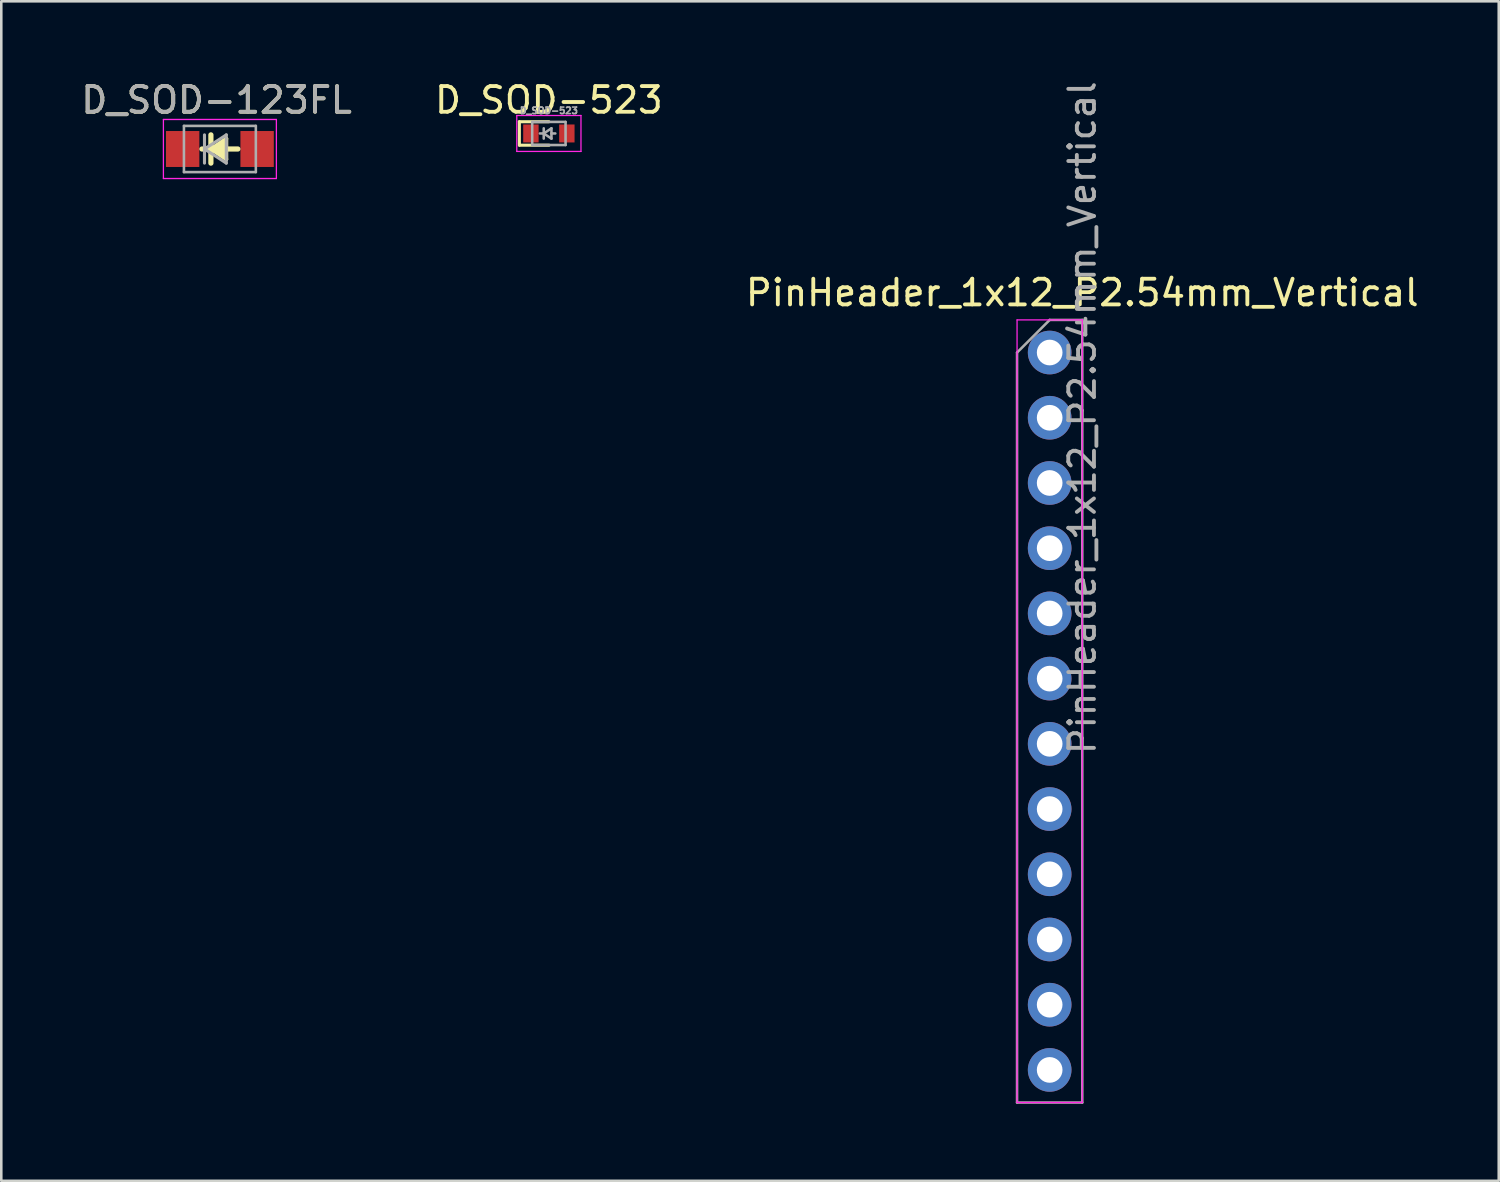
<source format=kicad_pcb>
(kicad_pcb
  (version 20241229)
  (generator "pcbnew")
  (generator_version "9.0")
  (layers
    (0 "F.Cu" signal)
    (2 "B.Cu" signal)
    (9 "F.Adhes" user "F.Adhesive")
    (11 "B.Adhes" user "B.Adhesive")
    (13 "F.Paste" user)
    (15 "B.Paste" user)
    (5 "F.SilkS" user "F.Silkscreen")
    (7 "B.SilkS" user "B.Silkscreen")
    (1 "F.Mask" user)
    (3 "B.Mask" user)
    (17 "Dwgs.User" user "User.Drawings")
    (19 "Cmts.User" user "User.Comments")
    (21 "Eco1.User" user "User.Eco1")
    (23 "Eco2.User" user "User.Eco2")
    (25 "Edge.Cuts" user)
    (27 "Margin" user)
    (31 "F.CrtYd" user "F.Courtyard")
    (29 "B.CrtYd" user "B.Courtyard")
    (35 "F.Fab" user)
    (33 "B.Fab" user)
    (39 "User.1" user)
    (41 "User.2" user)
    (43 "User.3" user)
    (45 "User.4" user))
  (footprint "D_SOD-523"
    (layer "F.Cu")
    (at 18.327 2.148)
    (property "Reference" "D_SOD-523" (at 0 -1.3 0) (layer "F.SilkS") (effects (font (size 1 1) (thickness 0.15))))
    (attr smd)
    (fp_line (start -1.15 -0.457) (end -1.15 0.457) (stroke (width 0.12) (type solid)) (layer "F.SilkS"))
    (fp_line (start 0 -0.457) (end -1.15 -0.457) (stroke (width 0.12) (type solid)) (layer "F.SilkS"))
    (fp_line (start 0.007 0.457) (end -1.143 0.457) (stroke (width 0.12) (type solid)) (layer "F.SilkS"))
    (fp_line (start -1.25 -0.7) (end 1.25 -0.7) (stroke (width 0.05) (type solid)) (layer "F.CrtYd"))
    (fp_line (start -1.25 0.7) (end -1.25 -0.7) (stroke (width 0.05) (type solid)) (layer "F.CrtYd"))
    (fp_line (start 1.25 -0.7) (end 1.25 0.7) (stroke (width 0.05) (type solid)) (layer "F.CrtYd"))
    (fp_line (start 1.25 0.7) (end -1.25 0.7) (stroke (width 0.05) (type solid)) (layer "F.CrtYd"))
    (fp_line (start -0.65 -0.45) (end 0.65 -0.45) (stroke (width 0.1) (type solid)) (layer "F.Fab"))
    (fp_line (start -0.65 0.45) (end -0.65 -0.45) (stroke (width 0.1) (type solid)) (layer "F.Fab"))
    (fp_line (start -0.2 0) (end -0.35 0) (stroke (width 0.1) (type solid)) (layer "F.Fab"))
    (fp_line (start -0.2 0) (end 0.1 0.2) (stroke (width 0.1) (type solid)) (layer "F.Fab"))
    (fp_line (start -0.2 0.2) (end -0.2 -0.2) (stroke (width 0.1) (type solid)) (layer "F.Fab"))
    (fp_line (start 0.1 -0.2) (end -0.2 0) (stroke (width 0.1) (type solid)) (layer "F.Fab"))
    (fp_line (start 0.1 0) (end 0.25 0) (stroke (width 0.1) (type solid)) (layer "F.Fab"))
    (fp_line (start 0.1 0.2) (end 0.1 -0.2) (stroke (width 0.1) (type solid)) (layer "F.Fab"))
    (fp_line (start 0.65 -0.45) (end 0.65 0.45) (stroke (width 0.1) (type solid)) (layer "F.Fab"))
    (fp_line (start 0.65 0.45) (end -0.65 0.45) (stroke (width 0.1) (type solid)) (layer "F.Fab"))
    (fp_text user "${REFERENCE}" (at 0 -0.889 180) (layer "F.Fab") (effects (font (size 0.254 0.254) (thickness 0.064))))
    (pad "1" smd rect (at -0.7 0) (size 0.6 0.7) (layers "F.Cu" "F.Mask" "F.Paste"))
    (pad "2" smd rect (at 0.7 0) (size 0.6 0.7) (layers "F.Cu" "F.Mask" "F.Paste")))
  (footprint "PinHeader_1x12_P2.54mm_Vertical"
    (layer "F.Cu")
    (at 37.831 10.68)
    (property "Reference" "PinHeader_1x12_P2.54mm_Vertical" (at 1.27 -2.33 0) (layer "F.SilkS") (effects (font (size 1 1) (thickness 0.15))))
    (attr through_hole)
    (fp_line (start -1.27 -1.27) (end -1.27 29.21) (stroke (width 0.05) (type solid)) (layer "F.CrtYd"))
    (fp_line (start -1.27 29.21) (end 1.27 29.21) (stroke (width 0.05) (type solid)) (layer "F.CrtYd"))
    (fp_line (start 1.27 -1.27) (end -1.27 -1.27) (stroke (width 0.05) (type solid)) (layer "F.CrtYd"))
    (fp_line (start 1.27 29.21) (end 1.27 -1.27) (stroke (width 0.05) (type solid)) (layer "F.CrtYd"))
    (fp_line (start -1.27 0) (end 0 -1.27) (stroke (width 0.1) (type solid)) (layer "F.Fab"))
    (fp_line (start -1.27 29.21) (end -1.27 0) (stroke (width 0.1) (type solid)) (layer "F.Fab"))
    (fp_line (start 0 -1.27) (end 1.27 -1.27) (stroke (width 0.1) (type solid)) (layer "F.Fab"))
    (fp_line (start 1.27 -1.27) (end 1.27 29.21) (stroke (width 0.1) (type solid)) (layer "F.Fab"))
    (fp_line (start 1.27 29.21) (end -1.27 29.21) (stroke (width 0.1) (type solid)) (layer "F.Fab"))
    (fp_text user "${REFERENCE}" (at 1.27 2.54 90) (layer "F.Fab") (effects (font (size 1 1) (thickness 0.15))))
    (pad "1" thru_hole circle (at 0 0) (size 1.7 1.7) (drill 1) (layers "*.Cu" "*.Mask"))
    (pad "2" thru_hole oval (at 0 2.54) (size 1.7 1.7) (drill 1) (layers "*.Cu" "*.Mask"))
    (pad "3" thru_hole oval (at 0 5.08) (size 1.7 1.7) (drill 1) (layers "*.Cu" "*.Mask"))
    (pad "4" thru_hole circle (at 0 7.62) (size 1.7 1.7) (drill 1) (layers "*.Cu" "*.Mask"))
    (pad "5" thru_hole oval (at 0 10.16) (size 1.7 1.7) (drill 1) (layers "*.Cu" "*.Mask"))
    (pad "6" thru_hole oval (at 0 12.7) (size 1.7 1.7) (drill 1) (layers "*.Cu" "*.Mask"))
    (pad "7" thru_hole circle (at 0 15.24) (size 1.7 1.7) (drill 1) (layers "*.Cu" "*.Mask"))
    (pad "8" thru_hole oval (at 0 17.78) (size 1.7 1.7) (drill 1) (layers "*.Cu" "*.Mask"))
    (pad "9" thru_hole oval (at 0 20.32) (size 1.7 1.7) (drill 1) (layers "*.Cu" "*.Mask"))
    (pad "10" thru_hole circle (at 0 22.86) (size 1.7 1.7) (drill 1) (layers "*.Cu" "*.Mask"))
    (pad "11" thru_hole oval (at 0 25.4) (size 1.7 1.7) (drill 1) (layers "*.Cu" "*.Mask"))
    (pad "12" thru_hole oval (at 0 27.94) (size 1.7 1.7) (drill 1) (layers "*.Cu" "*.Mask")))
  (footprint "D_SOD-123FL"
    (layer "F.Cu")
    (at 5.514 2.753)
    (property "Reference" "D_SOD-123FL" (at -0.127 -1.905 0) (layer "F.SilkS") (effects (font (size 1 1) (thickness 0.15))))
    (attr smd)
    (fp_line (start -0.7 0) (end -0.35 0) (stroke (width 0.203) (type solid)) (layer "F.SilkS"))
    (fp_line (start -0.35 0) (end -0.35 -0.55) (stroke (width 0.203) (type solid)) (layer "F.SilkS"))
    (fp_line (start -0.35 0) (end -0.35 0.55) (stroke (width 0.203) (type solid)) (layer "F.SilkS"))
    (fp_line (start -0.35 0) (end 0.25 -0.4) (stroke (width 0.152) (type solid)) (layer "F.SilkS"))
    (fp_line (start -0.15 0) (end 0.7 0) (stroke (width 0.203) (type solid)) (layer "F.SilkS"))
    (fp_line (start -0.05 0.1) (end -0.05 -0.1) (stroke (width 0.254) (type solid)) (layer "F.SilkS"))
    (fp_line (start 0.15 0.25) (end 0.15 -0.25) (stroke (width 0.254) (type solid)) (layer "F.SilkS"))
    (fp_line (start 0.25 -0.4) (end 0.25 0.4) (stroke (width 0.152) (type solid)) (layer "F.SilkS"))
    (fp_line (start 0.25 0.4) (end -0.35 0) (stroke (width 0.152) (type solid)) (layer "F.SilkS"))
    (fp_line (start -2.2 -1.15) (end -2.2 1.15) (stroke (width 0.05) (type solid)) (layer "F.CrtYd"))
    (fp_line (start -2.2 -1.15) (end 2.2 -1.15) (stroke (width 0.05) (type solid)) (layer "F.CrtYd"))
    (fp_line (start 2.2 -1.15) (end 2.2 1.15) (stroke (width 0.05) (type solid)) (layer "F.CrtYd"))
    (fp_line (start 2.2 1.15) (end -2.2 1.15) (stroke (width 0.05) (type solid)) (layer "F.CrtYd"))
    (fp_line (start -1.4 -0.9) (end 1.4 -0.9) (stroke (width 0.1) (type solid)) (layer "F.Fab"))
    (fp_line (start -1.4 0.9) (end -1.4 -0.9) (stroke (width 0.1) (type solid)) (layer "F.Fab"))
    (fp_line (start -0.6 -0.55) (end -0.6 0.55) (stroke (width 0.12) (type solid)) (layer "F.Fab"))
    (fp_line (start -0.6 0) (end 0.25 0.55) (stroke (width 0.12) (type solid)) (layer "F.Fab"))
    (fp_line (start 0.25 -0.55) (end -0.6 0) (stroke (width 0.12) (type solid)) (layer "F.Fab"))
    (fp_line (start 0.25 0.55) (end 0.25 -0.55) (stroke (width 0.12) (type solid)) (layer "F.Fab"))
    (fp_line (start 1.4 -0.9) (end 1.4 0.9) (stroke (width 0.1) (type solid)) (layer "F.Fab"))
    (fp_line (start 1.4 0.9) (end -1.4 0.9) (stroke (width 0.1) (type solid)) (layer "F.Fab"))
    (fp_text user "${REFERENCE}" (at -0.127 -1.905 0) (layer "F.Fab") (effects (font (size 1 1) (thickness 0.15))))
    (pad "1" smd rect (at -1.45 0) (size 1.3 1.4) (layers "F.Cu" "F.Mask" "F.Paste"))
    (pad "2" smd rect (at 1.45 0) (size 1.3 1.4) (layers "F.Cu" "F.Mask" "F.Paste")))
  (gr_rect
    (start -3 -3)
    (end 55.321 42.94)
    (stroke (width 0.1) (type default))
    (fill no)
    (layer "Edge.Cuts")))
</source>
